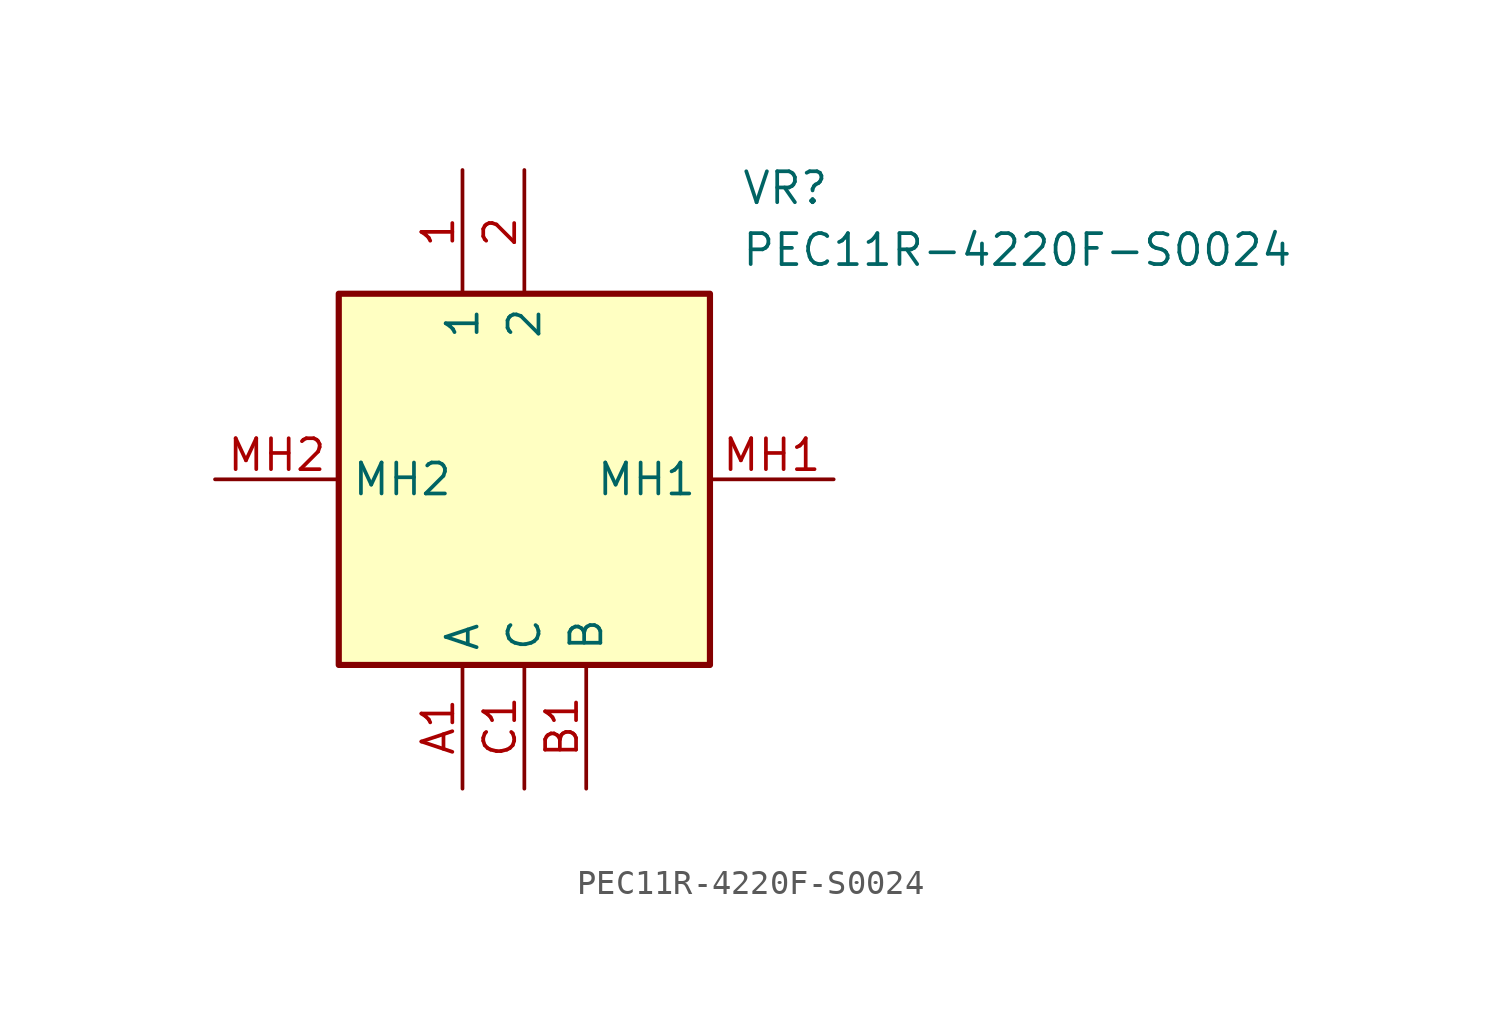
<source format=kicad_sym>
(kicad_symbol_lib
  (version 20241209)
  (generator "kicad_symbol_editor")
  (generator_version "9.0")
  (symbol "PEC11R-4220F-S0024"
    (property "Reference" "VR"
      (at 21.59 12.7 0)
      (effects (font (size 1.27 1.27)) (justify left top)))
    (property "Value" "PEC11R-4220F-S0024"
      (at 21.59 10.16 0)
      (effects (font (size 1.27 1.27)) (justify left top)))
    (symbol "PEC11R-4220F-S0024_1_1"
      (rectangle (start 5.08 7.62) (end 20.32 -7.62) (stroke (width 0.254) (type default)) (fill (type background)))
      (pin passive line (at 0 0 0) (length 5.08) (name "MH2" (effects (font (size 1.27 1.27)))) (number "MH2" (effects (font (size 1.27 1.27)))))
      (pin passive line (at 10.16 12.7 270) (length 5.08) (name "1" (effects (font (size 1.27 1.27)))) (number "1" (effects (font (size 1.27 1.27)))))
      (pin passive line (at 10.16 -12.7 90) (length 5.08) (name "A" (effects (font (size 1.27 1.27)))) (number "A1" (effects (font (size 1.27 1.27)))))
      (pin passive line (at 12.7 12.7 270) (length 5.08) (name "2" (effects (font (size 1.27 1.27)))) (number "2" (effects (font (size 1.27 1.27)))))
      (pin passive line (at 12.7 -12.7 90) (length 5.08) (name "C" (effects (font (size 1.27 1.27)))) (number "C1" (effects (font (size 1.27 1.27)))))
      (pin passive line (at 15.24 -12.7 90) (length 5.08) (name "B" (effects (font (size 1.27 1.27)))) (number "B1" (effects (font (size 1.27 1.27)))))
      (pin passive line (at 25.4 0 180) (length 5.08) (name "MH1" (effects (font (size 1.27 1.27)))) (number "MH1" (effects (font (size 1.27 1.27))))))))
</source>
